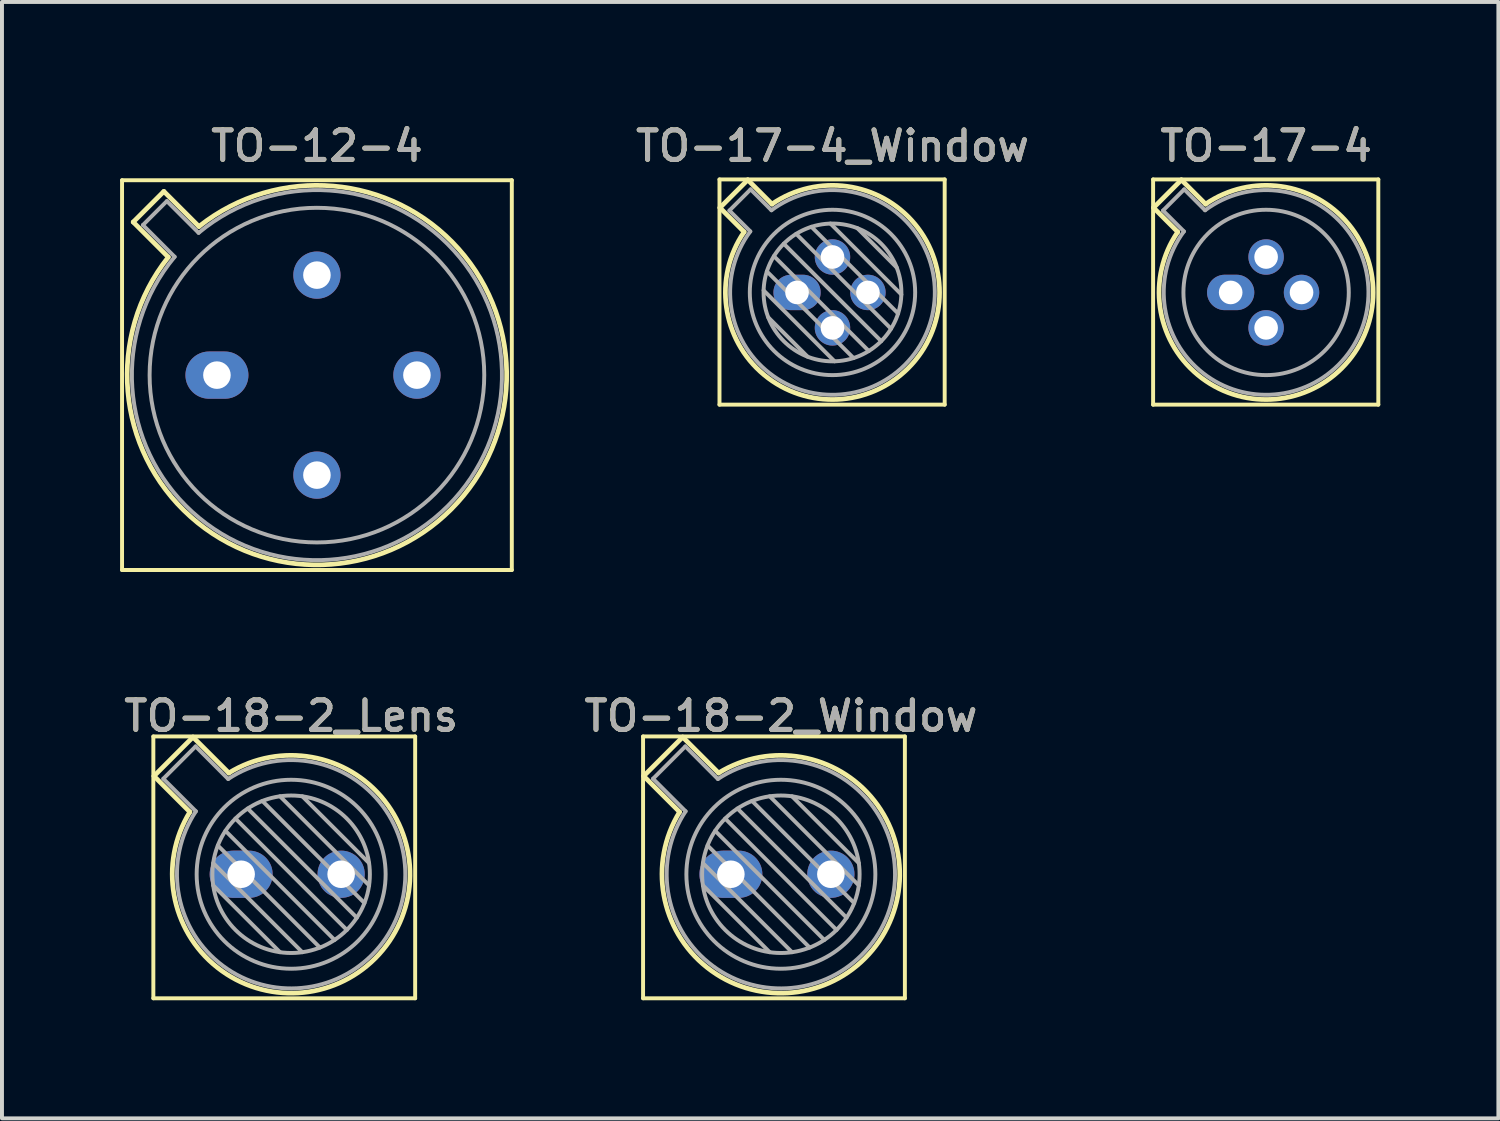
<source format=kicad_pcb>
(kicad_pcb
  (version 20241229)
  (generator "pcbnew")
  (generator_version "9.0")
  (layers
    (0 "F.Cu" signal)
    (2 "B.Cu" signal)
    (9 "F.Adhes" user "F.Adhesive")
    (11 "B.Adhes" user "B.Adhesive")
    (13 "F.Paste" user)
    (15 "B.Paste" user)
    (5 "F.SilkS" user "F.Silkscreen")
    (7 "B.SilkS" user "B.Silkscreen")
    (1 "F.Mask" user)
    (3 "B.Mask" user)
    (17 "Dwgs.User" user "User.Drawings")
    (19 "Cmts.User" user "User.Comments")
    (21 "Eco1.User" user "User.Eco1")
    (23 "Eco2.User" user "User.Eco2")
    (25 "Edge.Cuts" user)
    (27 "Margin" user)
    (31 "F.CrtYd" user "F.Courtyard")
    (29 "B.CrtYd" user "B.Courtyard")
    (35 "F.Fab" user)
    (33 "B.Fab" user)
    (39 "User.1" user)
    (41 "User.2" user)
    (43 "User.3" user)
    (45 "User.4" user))
  (footprint "TO-18-2_Window"
    (layer "F.Cu")
    (at 15.514 19.156)
    (property "Reference" "TO-18-2_Window" (at 1.27 -4.02 0) (layer "F.SilkS") (effects (font (size 0.75 0.75) (thickness 0.125))))
    (attr through_hole)
    (fp_line (start -2.23 -3.5) (end -2.23 3.15) (stroke (width 0.1) (type solid)) (layer "F.SilkS"))
    (fp_line (start -2.23 3.15) (end 4.42 3.15) (stroke (width 0.1) (type solid)) (layer "F.SilkS"))
    (fp_line (start -2.214 -2.494) (end -1.302 -1.582) (stroke (width 0.12) (type solid)) (layer "F.SilkS"))
    (fp_line (start -1.224 -3.484) (end -2.214 -2.494) (stroke (width 0.12) (type solid)) (layer "F.SilkS"))
    (fp_line (start -0.312 -2.572) (end -1.224 -3.484) (stroke (width 0.12) (type solid)) (layer "F.SilkS"))
    (fp_line (start 4.42 -3.5) (end -2.23 -3.5) (stroke (width 0.1) (type solid)) (layer "F.SilkS"))
    (fp_line (start 4.42 3.15) (end 4.42 -3.5) (stroke (width 0.1) (type solid)) (layer "F.SilkS"))
    (fp_arc (start -0.312331 -2.572281) (mid 3.405462 2.135462) (end -1.302281 -1.582331) (stroke (width 0.12) (type solid)) (layer "F.SilkS"))
    (fp_line (start -1.977 -2.426) (end -1.149 -1.599) (stroke (width 0.1) (type solid)) (layer "F.Fab"))
    (fp_line (start -1.156 -3.247) (end -1.977 -2.426) (stroke (width 0.1) (type solid)) (layer "F.Fab"))
    (fp_line (start -0.71 -0.283) (end 1.553 1.98) (stroke (width 0.1) (type solid)) (layer "F.Fab"))
    (fp_line (start -0.71 0.283) (end 0.987 1.98) (stroke (width 0.1) (type solid)) (layer "F.Fab"))
    (fp_line (start -0.592 -0.731) (end 2.001 1.862) (stroke (width 0.1) (type solid)) (layer "F.Fab"))
    (fp_line (start -0.399 -1.103) (end 2.373 1.669) (stroke (width 0.1) (type solid)) (layer "F.Fab"))
    (fp_line (start -0.329 -2.419) (end -1.156 -3.247) (stroke (width 0.1) (type solid)) (layer "F.Fab"))
    (fp_line (start -0.145 -1.415) (end 2.685 1.415) (stroke (width 0.1) (type solid)) (layer "F.Fab"))
    (fp_line (start 0.167 -1.669) (end 2.939 1.103) (stroke (width 0.1) (type solid)) (layer "F.Fab"))
    (fp_line (start 0.539 -1.862) (end 3.132 0.731) (stroke (width 0.1) (type solid)) (layer "F.Fab"))
    (fp_line (start 0.987 -1.98) (end 3.25 0.283) (stroke (width 0.1) (type solid)) (layer "F.Fab"))
    (fp_line (start 1.553 -1.98) (end 3.25 -0.283) (stroke (width 0.1) (type solid)) (layer "F.Fab"))
    (fp_arc (start -0.329057 -2.419301) (mid 3.32061 2.05061) (end -1.149301 -1.599057) (stroke (width 0.1) (type solid)) (layer "F.Fab"))
    (fp_circle (center 1.27 0) (end 3.27 0) (stroke (width 0.1) (type solid)) (fill no) (layer "F.Fab"))
    (fp_circle (center 1.27 0) (end 3.67 0) (stroke (width 0.1) (type solid)) (fill no) (layer "F.Fab"))
    (fp_text user "${REFERENCE}" (at 1.27 -4.02 0) (layer "F.Fab") (effects (font (size 0.75 0.75) (thickness 0.125))))
    (pad "1" thru_hole oval (at 0 0) (size 1.6 1.2) (drill 0.7) (layers "*.Cu" "*.Mask"))
    (pad "2" thru_hole circle (at 2.54 0) (size 1.2 1.2) (drill 0.7) (layers "*.Cu" "*.Mask")))
  (footprint "TO-17-4_Window"
    (layer "F.Cu")
    (at 17.195 4.378)
    (property "Reference" "TO-17-4_Window" (at 0.9 -3.72 0) (layer "F.SilkS") (effects (font (size 0.75 0.75) (thickness 0.125))))
    (attr through_hole)
    (fp_line (start -1.97 -2.87) (end -1.97 2.85) (stroke (width 0.1) (type solid)) (layer "F.SilkS"))
    (fp_line (start -1.97 2.85) (end 3.75 2.85) (stroke (width 0.1) (type solid)) (layer "F.SilkS"))
    (fp_line (start -1.959 -2.152) (end -1.344 -1.537) (stroke (width 0.12) (type solid)) (layer "F.SilkS"))
    (fp_line (start -1.252 -2.859) (end -1.959 -2.152) (stroke (width 0.12) (type solid)) (layer "F.SilkS"))
    (fp_line (start -0.637 -2.244) (end -1.252 -2.859) (stroke (width 0.12) (type solid)) (layer "F.SilkS"))
    (fp_line (start 3.75 -2.87) (end -1.97 -2.87) (stroke (width 0.1) (type solid)) (layer "F.SilkS"))
    (fp_line (start 3.75 2.85) (end 3.75 -2.87) (stroke (width 0.1) (type solid)) (layer "F.SilkS"))
    (fp_arc (start -0.637002 -2.244109) (mid 2.82333 1.92333) (end -1.344109 -1.537002) (stroke (width 0.12) (type solid)) (layer "F.SilkS"))
    (fp_line (start -1.718 -2.08) (end -1.187 -1.55) (stroke (width 0.1) (type solid)) (layer "F.Fab"))
    (fp_line (start -1.18 -2.618) (end -1.718 -2.08) (stroke (width 0.1) (type solid)) (layer "F.Fab"))
    (fp_line (start -0.85 -0.053) (end 0.953 1.75) (stroke (width 0.1) (type solid)) (layer "F.Fab"))
    (fp_line (start -0.767 -0.535) (end 1.435 1.667) (stroke (width 0.1) (type solid)) (layer "F.Fab"))
    (fp_line (start -0.733 0.631) (end 0.269 1.633) (stroke (width 0.1) (type solid)) (layer "F.Fab"))
    (fp_line (start -0.65 -2.087) (end -1.18 -2.618) (stroke (width 0.1) (type solid)) (layer "F.Fab"))
    (fp_line (start -0.588 -0.922) (end 1.822 1.488) (stroke (width 0.1) (type solid)) (layer "F.Fab"))
    (fp_line (start -0.338 -1.238) (end 2.138 1.238) (stroke (width 0.1) (type solid)) (layer "F.Fab"))
    (fp_line (start -0.022 -1.488) (end 2.388 0.922) (stroke (width 0.1) (type solid)) (layer "F.Fab"))
    (fp_line (start 0.365 -1.667) (end 2.567 0.535) (stroke (width 0.1) (type solid)) (layer "F.Fab"))
    (fp_line (start 0.847 -1.75) (end 2.65 0.053) (stroke (width 0.1) (type solid)) (layer "F.Fab"))
    (fp_line (start 1.531 -1.633) (end 2.533 -0.631) (stroke (width 0.1) (type solid)) (layer "F.Fab"))
    (fp_arc (start -0.650035 -2.087436) (mid 2.738478 1.838478) (end -1.187436 -1.550035) (stroke (width 0.1) (type solid)) (layer "F.Fab"))
    (fp_circle (center 0.9 0) (end 2.65 0) (stroke (width 0.1) (type solid)) (fill no) (layer "F.Fab"))
    (fp_circle (center 0.9 0) (end 3 0) (stroke (width 0.1) (type solid)) (fill no) (layer "F.Fab"))
    (fp_text user "${REFERENCE}" (at 0.9 -3.72 0) (layer "F.Fab") (effects (font (size 0.75 0.75) (thickness 0.125))))
    (pad "1" thru_hole oval (at 0 0) (size 1.2 0.9) (drill 0.6) (layers "*.Cu" "*.Mask"))
    (pad "2" thru_hole circle (at 0.9 0.9) (size 0.9 0.9) (drill 0.6) (layers "*.Cu" "*.Mask"))
    (pad "3" thru_hole circle (at 1.8 0) (size 0.9 0.9) (drill 0.6) (layers "*.Cu" "*.Mask"))
    (pad "4" thru_hole circle (at 0.9 -0.9) (size 0.9 0.9) (drill 0.6) (layers "*.Cu" "*.Mask")))
  (footprint "TO-18-2_Lens"
    (layer "F.Cu")
    (at 3.075 19.156)
    (property "Reference" "TO-18-2_Lens" (at 1.27 -4.02 0) (layer "F.SilkS") (effects (font (size 0.75 0.75) (thickness 0.125))))
    (attr through_hole)
    (fp_line (start -2.23 -3.5) (end -2.23 3.15) (stroke (width 0.1) (type solid)) (layer "F.SilkS"))
    (fp_line (start -2.23 3.15) (end 4.42 3.15) (stroke (width 0.1) (type solid)) (layer "F.SilkS"))
    (fp_line (start -2.214 -2.494) (end -1.302 -1.582) (stroke (width 0.12) (type solid)) (layer "F.SilkS"))
    (fp_line (start -1.224 -3.484) (end -2.214 -2.494) (stroke (width 0.12) (type solid)) (layer "F.SilkS"))
    (fp_line (start -0.312 -2.572) (end -1.224 -3.484) (stroke (width 0.12) (type solid)) (layer "F.SilkS"))
    (fp_line (start 4.42 -3.5) (end -2.23 -3.5) (stroke (width 0.1) (type solid)) (layer "F.SilkS"))
    (fp_line (start 4.42 3.15) (end 4.42 -3.5) (stroke (width 0.1) (type solid)) (layer "F.SilkS"))
    (fp_arc (start -0.312331 -2.572281) (mid 3.405462 2.135462) (end -1.302281 -1.582331) (stroke (width 0.12) (type solid)) (layer "F.SilkS"))
    (fp_line (start -1.977 -2.426) (end -1.149 -1.599) (stroke (width 0.1) (type solid)) (layer "F.Fab"))
    (fp_line (start -1.156 -3.247) (end -1.977 -2.426) (stroke (width 0.1) (type solid)) (layer "F.Fab"))
    (fp_line (start -0.71 -0.283) (end 1.553 1.98) (stroke (width 0.1) (type solid)) (layer "F.Fab"))
    (fp_line (start -0.71 0.283) (end 0.987 1.98) (stroke (width 0.1) (type solid)) (layer "F.Fab"))
    (fp_line (start -0.592 -0.731) (end 2.001 1.862) (stroke (width 0.1) (type solid)) (layer "F.Fab"))
    (fp_line (start -0.399 -1.103) (end 2.373 1.669) (stroke (width 0.1) (type solid)) (layer "F.Fab"))
    (fp_line (start -0.329 -2.419) (end -1.156 -3.247) (stroke (width 0.1) (type solid)) (layer "F.Fab"))
    (fp_line (start -0.145 -1.415) (end 2.685 1.415) (stroke (width 0.1) (type solid)) (layer "F.Fab"))
    (fp_line (start 0.167 -1.669) (end 2.939 1.103) (stroke (width 0.1) (type solid)) (layer "F.Fab"))
    (fp_line (start 0.539 -1.862) (end 3.132 0.731) (stroke (width 0.1) (type solid)) (layer "F.Fab"))
    (fp_line (start 0.987 -1.98) (end 3.25 0.283) (stroke (width 0.1) (type solid)) (layer "F.Fab"))
    (fp_line (start 1.553 -1.98) (end 3.25 -0.283) (stroke (width 0.1) (type solid)) (layer "F.Fab"))
    (fp_arc (start -0.329057 -2.419301) (mid 3.32061 2.05061) (end -1.149301 -1.599057) (stroke (width 0.1) (type solid)) (layer "F.Fab"))
    (fp_circle (center 1.27 0) (end 3.27 0) (stroke (width 0.1) (type solid)) (fill no) (layer "F.Fab"))
    (fp_circle (center 1.27 0) (end 3.67 0) (stroke (width 0.1) (type solid)) (fill no) (layer "F.Fab"))
    (fp_text user "${REFERENCE}" (at 1.27 -4.02 0) (layer "F.Fab") (effects (font (size 0.75 0.75) (thickness 0.125))))
    (pad "1" thru_hole oval (at 0 0) (size 1.6 1.2) (drill 0.7) (layers "*.Cu" "*.Mask"))
    (pad "2" thru_hole circle (at 2.54 0) (size 1.2 1.2) (drill 0.7) (layers "*.Cu" "*.Mask")))
  (footprint "TO-17-4"
    (layer "F.Cu")
    (at 28.209 4.378)
    (property "Reference" "TO-17-4" (at 0.9 -3.72 0) (layer "F.SilkS") (effects (font (size 0.75 0.75) (thickness 0.125))))
    (attr through_hole)
    (fp_line (start -1.97 -2.87) (end -1.97 2.85) (stroke (width 0.1) (type solid)) (layer "F.SilkS"))
    (fp_line (start -1.97 2.85) (end 3.75 2.85) (stroke (width 0.1) (type solid)) (layer "F.SilkS"))
    (fp_line (start -1.959 -2.152) (end -1.344 -1.537) (stroke (width 0.12) (type solid)) (layer "F.SilkS"))
    (fp_line (start -1.252 -2.859) (end -1.959 -2.152) (stroke (width 0.12) (type solid)) (layer "F.SilkS"))
    (fp_line (start -0.637 -2.244) (end -1.252 -2.859) (stroke (width 0.12) (type solid)) (layer "F.SilkS"))
    (fp_line (start 3.75 -2.87) (end -1.97 -2.87) (stroke (width 0.1) (type solid)) (layer "F.SilkS"))
    (fp_line (start 3.75 2.85) (end 3.75 -2.87) (stroke (width 0.1) (type solid)) (layer "F.SilkS"))
    (fp_arc (start -0.637002 -2.244109) (mid 2.82333 1.92333) (end -1.344109 -1.537002) (stroke (width 0.12) (type solid)) (layer "F.SilkS"))
    (fp_line (start -1.718 -2.08) (end -1.187 -1.55) (stroke (width 0.1) (type solid)) (layer "F.Fab"))
    (fp_line (start -1.18 -2.618) (end -1.718 -2.08) (stroke (width 0.1) (type solid)) (layer "F.Fab"))
    (fp_line (start -0.65 -2.087) (end -1.18 -2.618) (stroke (width 0.1) (type solid)) (layer "F.Fab"))
    (fp_arc (start -0.650035 -2.087436) (mid 2.738478 1.838478) (end -1.187436 -1.550035) (stroke (width 0.1) (type solid)) (layer "F.Fab"))
    (fp_circle (center 0.9 0) (end 3 0) (stroke (width 0.1) (type solid)) (fill no) (layer "F.Fab"))
    (fp_text user "${REFERENCE}" (at 0.9 -3.72 0) (layer "F.Fab") (effects (font (size 0.75 0.75) (thickness 0.125))))
    (pad "1" thru_hole oval (at 0 0) (size 1.2 0.9) (drill 0.6) (layers "*.Cu" "*.Mask"))
    (pad "2" thru_hole circle (at 0.9 0.9) (size 0.9 0.9) (drill 0.6) (layers "*.Cu" "*.Mask"))
    (pad "3" thru_hole circle (at 1.8 0) (size 0.9 0.9) (drill 0.6) (layers "*.Cu" "*.Mask"))
    (pad "4" thru_hole circle (at 0.9 -0.9) (size 0.9 0.9) (drill 0.6) (layers "*.Cu" "*.Mask")))
  (footprint "TO-12-4"
    (layer "F.Cu")
    (at 2.46 6.478)
    (property "Reference" "TO-12-4" (at 2.54 -5.82 0) (layer "F.SilkS") (effects (font (size 0.75 0.75) (thickness 0.125))))
    (attr through_hole)
    (fp_line (start -2.41 -4.95) (end -2.41 4.95) (stroke (width 0.1) (type solid)) (layer "F.SilkS"))
    (fp_line (start -2.41 4.95) (end 7.49 4.95) (stroke (width 0.1) (type solid)) (layer "F.SilkS"))
    (fp_line (start -2.126 -3.888) (end -1.235 -2.997) (stroke (width 0.12) (type solid)) (layer "F.SilkS"))
    (fp_line (start -1.348 -4.666) (end -2.126 -3.888) (stroke (width 0.12) (type solid)) (layer "F.SilkS"))
    (fp_line (start -0.457 -3.775) (end -1.348 -4.666) (stroke (width 0.12) (type solid)) (layer "F.SilkS"))
    (fp_line (start 7.49 -4.95) (end -2.41 -4.95) (stroke (width 0.1) (type solid)) (layer "F.SilkS"))
    (fp_line (start 7.49 4.95) (end 7.49 -4.95) (stroke (width 0.1) (type solid)) (layer "F.SilkS"))
    (fp_arc (start -0.457084 -3.774902) (mid 5.948255 3.408255) (end -1.234902 -2.997084) (stroke (width 0.12) (type solid)) (layer "F.SilkS"))
    (fp_line (start -1.88 -3.812) (end -1.074 -3.005) (stroke (width 0.1) (type solid)) (layer "F.Fab"))
    (fp_line (start -1.272 -4.42) (end -1.88 -3.812) (stroke (width 0.1) (type solid)) (layer "F.Fab"))
    (fp_line (start -0.465 -3.614) (end -1.272 -4.42) (stroke (width 0.1) (type solid)) (layer "F.Fab"))
    (fp_arc (start -0.465408 -3.61352) (mid 5.863402 3.323402) (end -1.07352 -3.005408) (stroke (width 0.1) (type solid)) (layer "F.Fab"))
    (fp_circle (center 2.54 0) (end 6.79 0) (stroke (width 0.1) (type solid)) (fill no) (layer "F.Fab"))
    (fp_text user "${REFERENCE}" (at 2.54 -5.82 0) (layer "F.Fab") (effects (font (size 0.75 0.75) (thickness 0.125))))
    (pad "1" thru_hole oval (at 0 0) (size 1.6 1.2) (drill 0.7) (layers "*.Cu" "*.Mask"))
    (pad "2" thru_hole circle (at 2.54 2.54) (size 1.2 1.2) (drill 0.7) (layers "*.Cu" "*.Mask"))
    (pad "3" thru_hole circle (at 5.08 0) (size 1.2 1.2) (drill 0.7) (layers "*.Cu" "*.Mask"))
    (pad "4" thru_hole circle (at 2.54 -2.54) (size 1.2 1.2) (drill 0.7) (layers "*.Cu" "*.Mask")))
  (gr_rect
    (start -3 -3)
    (end 35.009 25.356)
    (stroke (width 0.1) (type default))
    (fill no)
    (layer "Edge.Cuts")))
</source>
